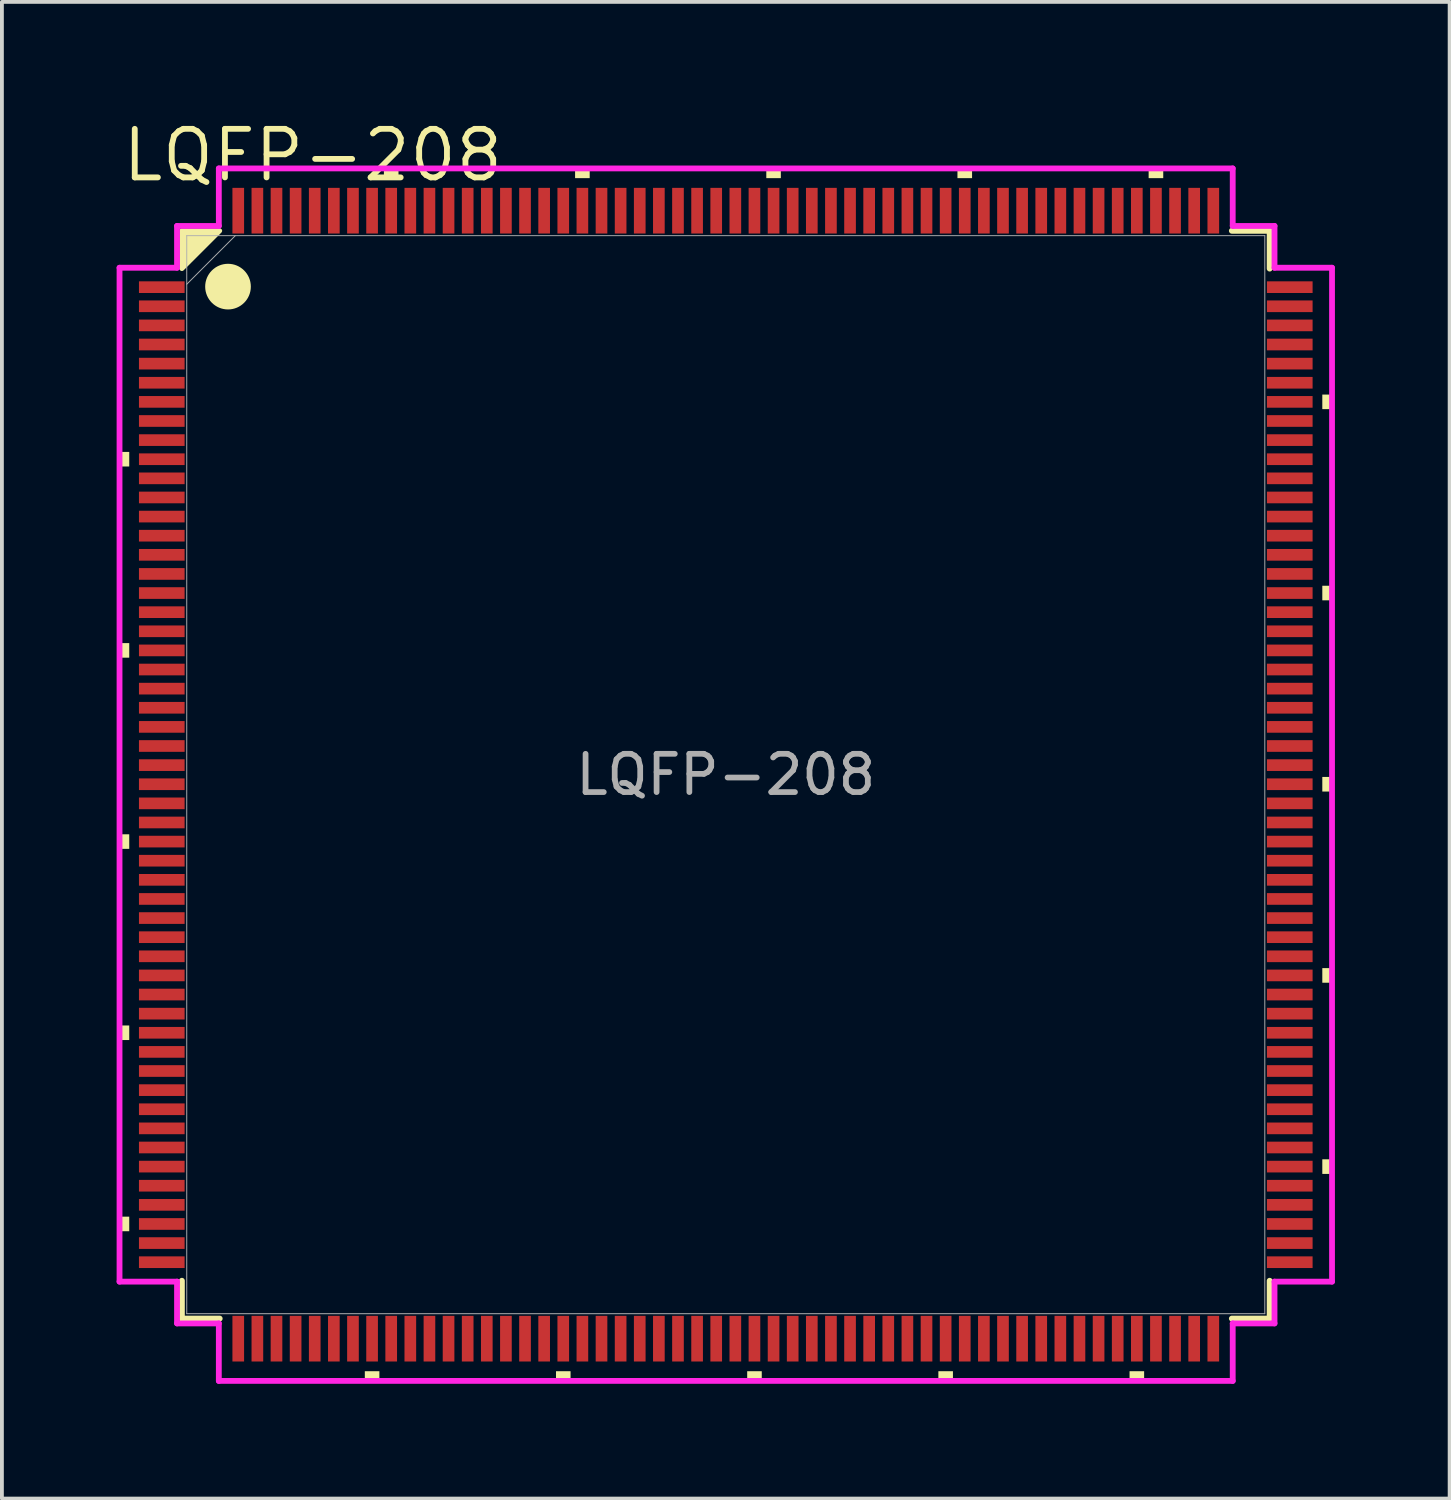
<source format=kicad_pcb>
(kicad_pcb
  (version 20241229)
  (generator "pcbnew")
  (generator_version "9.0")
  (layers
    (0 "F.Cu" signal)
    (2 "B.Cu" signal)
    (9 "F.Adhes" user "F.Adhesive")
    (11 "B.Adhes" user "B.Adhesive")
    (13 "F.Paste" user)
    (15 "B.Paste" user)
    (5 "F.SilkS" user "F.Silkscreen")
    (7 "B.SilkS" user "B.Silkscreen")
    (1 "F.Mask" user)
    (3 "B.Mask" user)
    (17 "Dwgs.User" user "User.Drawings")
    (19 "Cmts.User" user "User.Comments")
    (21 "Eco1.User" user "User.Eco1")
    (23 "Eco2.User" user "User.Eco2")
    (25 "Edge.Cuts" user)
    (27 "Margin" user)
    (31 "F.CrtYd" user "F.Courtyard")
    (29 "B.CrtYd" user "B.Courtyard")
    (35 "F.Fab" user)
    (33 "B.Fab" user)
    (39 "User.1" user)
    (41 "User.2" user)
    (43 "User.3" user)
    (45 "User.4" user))
  (footprint "LQFP-208"
    (layer "F.Cu")
    (at 15.931 17.21)
    (property "Reference" "LQFP-208" (at -10.8 -16.2 0) (unlocked yes) (layer "F.SilkS") (effects (font (size 1.27 1.27) (thickness 0.152))))
    (attr smd)
    (fp_line (start -14.224 13.235) (end -14.224 14.224) (stroke (width 0.152) (type solid)) (layer "F.SilkS"))
    (fp_line (start -14.224 14.224) (end -13.235 14.224) (stroke (width 0.152) (type solid)) (layer "F.SilkS"))
    (fp_line (start 13.235 14.224) (end 14.224 14.224) (stroke (width 0.152) (type solid)) (layer "F.SilkS"))
    (fp_line (start 14.224 -14.224) (end 13.235 -14.224) (stroke (width 0.152) (type solid)) (layer "F.SilkS"))
    (fp_line (start 14.224 -13.235) (end 14.224 -14.224) (stroke (width 0.152) (type solid)) (layer "F.SilkS"))
    (fp_line (start 14.224 14.224) (end 14.224 13.235) (stroke (width 0.152) (type solid)) (layer "F.SilkS"))
    (fp_circle (center -13.018 -12.764) (end -12.471 -12.764) (stroke (width 0.1) (type solid)) (fill yes) (layer "F.SilkS"))
    (fp_poly (pts (xy -13.235 -14.224) (xy -14.224 -13.235) (xy -14.224 -14.224)) (stroke (width 0.127) (type solid)) (fill yes) (layer "F.SilkS"))
    (fp_poly (pts (xy -15.855 -8.441) (xy -15.855 -8.06) (xy -15.601 -8.06) (xy -15.601 -8.441)) (stroke (width 0) (type solid)) (fill yes) (layer "F.SilkS"))
    (fp_poly (pts (xy -15.855 -3.441) (xy -15.855 -3.06) (xy -15.601 -3.06) (xy -15.601 -3.441)) (stroke (width 0) (type solid)) (fill yes) (layer "F.SilkS"))
    (fp_poly (pts (xy -15.855 1.559) (xy -15.855 1.94) (xy -15.601 1.94) (xy -15.601 1.559)) (stroke (width 0) (type solid)) (fill yes) (layer "F.SilkS"))
    (fp_poly (pts (xy -15.855 6.559) (xy -15.855 6.94) (xy -15.601 6.94) (xy -15.601 6.559)) (stroke (width 0) (type solid)) (fill yes) (layer "F.SilkS"))
    (fp_poly (pts (xy -15.855 11.559) (xy -15.855 11.94) (xy -15.601 11.94) (xy -15.601 11.559)) (stroke (width 0) (type solid)) (fill yes) (layer "F.SilkS"))
    (fp_poly (pts (xy -9.44 15.601) (xy -9.44 15.855) (xy -9.059 15.855) (xy -9.059 15.601)) (stroke (width 0) (type solid)) (fill yes) (layer "F.SilkS"))
    (fp_poly (pts (xy -8.941 -15.601) (xy -8.941 -15.855) (xy -8.559 -15.855) (xy -8.559 -15.601)) (stroke (width 0) (type solid)) (fill yes) (layer "F.SilkS"))
    (fp_poly (pts (xy -4.44 15.601) (xy -4.44 15.855) (xy -4.059 15.855) (xy -4.059 15.601)) (stroke (width 0) (type solid)) (fill yes) (layer "F.SilkS"))
    (fp_poly (pts (xy -3.941 -15.601) (xy -3.941 -15.855) (xy -3.559 -15.855) (xy -3.559 -15.601)) (stroke (width 0) (type solid)) (fill yes) (layer "F.SilkS"))
    (fp_poly (pts (xy 0.56 15.601) (xy 0.56 15.855) (xy 0.941 15.855) (xy 0.941 15.601)) (stroke (width 0) (type solid)) (fill yes) (layer "F.SilkS"))
    (fp_poly (pts (xy 1.06 -15.601) (xy 1.06 -15.855) (xy 1.44 -15.855) (xy 1.44 -15.601)) (stroke (width 0) (type solid)) (fill yes) (layer "F.SilkS"))
    (fp_poly (pts (xy 5.56 15.601) (xy 5.56 15.855) (xy 5.941 15.855) (xy 5.941 15.601)) (stroke (width 0) (type solid)) (fill yes) (layer "F.SilkS"))
    (fp_poly (pts (xy 6.059 -15.601) (xy 6.059 -15.855) (xy 6.441 -15.855) (xy 6.441 -15.601)) (stroke (width 0) (type solid)) (fill yes) (layer "F.SilkS"))
    (fp_poly (pts (xy 10.56 15.601) (xy 10.56 15.855) (xy 10.941 15.855) (xy 10.941 15.601)) (stroke (width 0) (type solid)) (fill yes) (layer "F.SilkS"))
    (fp_poly (pts (xy 11.059 -15.601) (xy 11.059 -15.855) (xy 11.441 -15.855) (xy 11.441 -15.601)) (stroke (width 0) (type solid)) (fill yes) (layer "F.SilkS"))
    (fp_poly (pts (xy 15.855 -9.941) (xy 15.855 -9.56) (xy 15.601 -9.56) (xy 15.601 -9.941)) (stroke (width 0) (type solid)) (fill yes) (layer "F.SilkS"))
    (fp_poly (pts (xy 15.855 -4.941) (xy 15.855 -4.56) (xy 15.601 -4.56) (xy 15.601 -4.941)) (stroke (width 0) (type solid)) (fill yes) (layer "F.SilkS"))
    (fp_poly (pts (xy 15.855 0.059) (xy 15.855 0.441) (xy 15.601 0.441) (xy 15.601 0.059)) (stroke (width 0) (type solid)) (fill yes) (layer "F.SilkS"))
    (fp_poly (pts (xy 15.855 5.059) (xy 15.855 5.441) (xy 15.601 5.441) (xy 15.601 5.059)) (stroke (width 0) (type solid)) (fill yes) (layer "F.SilkS"))
    (fp_poly (pts (xy 15.855 10.059) (xy 15.855 10.441) (xy 15.601 10.441) (xy 15.601 10.059)) (stroke (width 0) (type solid)) (fill yes) (layer "F.SilkS"))
    (fp_line (start -15.855 -13.258) (end -14.351 -13.258) (stroke (width 0.152) (type solid)) (layer "F.CrtYd"))
    (fp_line (start -15.855 13.258) (end -15.855 -13.258) (stroke (width 0.152) (type solid)) (layer "F.CrtYd"))
    (fp_line (start -14.351 -14.351) (end -13.258 -14.351) (stroke (width 0.152) (type solid)) (layer "F.CrtYd"))
    (fp_line (start -14.351 -13.258) (end -14.351 -14.351) (stroke (width 0.152) (type solid)) (layer "F.CrtYd"))
    (fp_line (start -14.351 13.258) (end -15.855 13.258) (stroke (width 0.152) (type solid)) (layer "F.CrtYd"))
    (fp_line (start -14.351 14.351) (end -14.351 13.258) (stroke (width 0.152) (type solid)) (layer "F.CrtYd"))
    (fp_line (start -13.258 -15.855) (end 13.258 -15.855) (stroke (width 0.152) (type solid)) (layer "F.CrtYd"))
    (fp_line (start -13.258 -14.351) (end -13.258 -15.855) (stroke (width 0.152) (type solid)) (layer "F.CrtYd"))
    (fp_line (start -13.258 14.351) (end -14.351 14.351) (stroke (width 0.152) (type solid)) (layer "F.CrtYd"))
    (fp_line (start -13.258 15.855) (end -13.258 14.351) (stroke (width 0.152) (type solid)) (layer "F.CrtYd"))
    (fp_line (start 13.258 -15.855) (end 13.258 -14.351) (stroke (width 0.152) (type solid)) (layer "F.CrtYd"))
    (fp_line (start 13.258 -14.351) (end 14.351 -14.351) (stroke (width 0.152) (type solid)) (layer "F.CrtYd"))
    (fp_line (start 13.258 14.351) (end 13.258 15.855) (stroke (width 0.152) (type solid)) (layer "F.CrtYd"))
    (fp_line (start 13.258 15.855) (end -13.258 15.855) (stroke (width 0.152) (type solid)) (layer "F.CrtYd"))
    (fp_line (start 14.351 -14.351) (end 14.351 -13.258) (stroke (width 0.152) (type solid)) (layer "F.CrtYd"))
    (fp_line (start 14.351 -13.258) (end 15.855 -13.258) (stroke (width 0.152) (type solid)) (layer "F.CrtYd"))
    (fp_line (start 14.351 13.258) (end 14.351 14.351) (stroke (width 0.152) (type solid)) (layer "F.CrtYd"))
    (fp_line (start 14.351 14.351) (end 13.258 14.351) (stroke (width 0.152) (type solid)) (layer "F.CrtYd"))
    (fp_line (start 15.855 -13.258) (end 15.855 13.258) (stroke (width 0.152) (type solid)) (layer "F.CrtYd"))
    (fp_line (start 15.855 13.258) (end 14.351 13.258) (stroke (width 0.152) (type solid)) (layer "F.CrtYd"))
    (fp_line (start -14.097 -14.097) (end -14.097 14.097) (stroke (width 0.025) (type solid)) (layer "F.Fab"))
    (fp_line (start -14.097 -12.827) (end -12.827 -14.097) (stroke (width 0.025) (type solid)) (layer "F.Fab"))
    (fp_line (start -14.097 14.097) (end 14.097 14.097) (stroke (width 0.025) (type solid)) (layer "F.Fab"))
    (fp_line (start 14.097 -14.097) (end -14.097 -14.097) (stroke (width 0.025) (type solid)) (layer "F.Fab"))
    (fp_line (start 14.097 14.097) (end 14.097 -14.097) (stroke (width 0.025) (type solid)) (layer "F.Fab"))
    (fp_text user "${REFERENCE}" (at 0 0 0) (unlocked yes) (layer "F.Fab") (effects (font (size 1 1) (thickness 0.15))))
    (pad "1" smd rect (at -14.75 -12.75) (size 1.194 0.305) (layers "F.Cu" "F.Mask" "F.Paste"))
    (pad "2" smd rect (at -14.75 -12.25) (size 1.194 0.305) (layers "F.Cu" "F.Mask" "F.Paste"))
    (pad "3" smd rect (at -14.75 -11.75) (size 1.194 0.305) (layers "F.Cu" "F.Mask" "F.Paste"))
    (pad "4" smd rect (at -14.75 -11.25) (size 1.194 0.305) (layers "F.Cu" "F.Mask" "F.Paste"))
    (pad "5" smd rect (at -14.75 -10.75) (size 1.194 0.305) (layers "F.Cu" "F.Mask" "F.Paste"))
    (pad "6" smd rect (at -14.75 -10.25) (size 1.194 0.305) (layers "F.Cu" "F.Mask" "F.Paste"))
    (pad "7" smd rect (at -14.75 -9.75) (size 1.194 0.305) (layers "F.Cu" "F.Mask" "F.Paste"))
    (pad "8" smd rect (at -14.75 -9.25) (size 1.194 0.305) (layers "F.Cu" "F.Mask" "F.Paste"))
    (pad "9" smd rect (at -14.75 -8.75) (size 1.194 0.305) (layers "F.Cu" "F.Mask" "F.Paste"))
    (pad "10" smd rect (at -14.75 -8.25) (size 1.194 0.305) (layers "F.Cu" "F.Mask" "F.Paste"))
    (pad "11" smd rect (at -14.75 -7.75) (size 1.194 0.305) (layers "F.Cu" "F.Mask" "F.Paste"))
    (pad "12" smd rect (at -14.75 -7.25) (size 1.194 0.305) (layers "F.Cu" "F.Mask" "F.Paste"))
    (pad "13" smd rect (at -14.75 -6.75) (size 1.194 0.305) (layers "F.Cu" "F.Mask" "F.Paste"))
    (pad "14" smd rect (at -14.75 -6.25) (size 1.194 0.305) (layers "F.Cu" "F.Mask" "F.Paste"))
    (pad "15" smd rect (at -14.75 -5.75) (size 1.194 0.305) (layers "F.Cu" "F.Mask" "F.Paste"))
    (pad "16" smd rect (at -14.75 -5.25) (size 1.194 0.305) (layers "F.Cu" "F.Mask" "F.Paste"))
    (pad "17" smd rect (at -14.75 -4.75) (size 1.194 0.305) (layers "F.Cu" "F.Mask" "F.Paste"))
    (pad "18" smd rect (at -14.75 -4.25) (size 1.194 0.305) (layers "F.Cu" "F.Mask" "F.Paste"))
    (pad "19" smd rect (at -14.75 -3.75) (size 1.194 0.305) (layers "F.Cu" "F.Mask" "F.Paste"))
    (pad "20" smd rect (at -14.75 -3.25) (size 1.194 0.305) (layers "F.Cu" "F.Mask" "F.Paste"))
    (pad "21" smd rect (at -14.75 -2.75) (size 1.194 0.305) (layers "F.Cu" "F.Mask" "F.Paste"))
    (pad "22" smd rect (at -14.75 -2.25) (size 1.194 0.305) (layers "F.Cu" "F.Mask" "F.Paste"))
    (pad "23" smd rect (at -14.75 -1.75) (size 1.194 0.305) (layers "F.Cu" "F.Mask" "F.Paste"))
    (pad "24" smd rect (at -14.75 -1.25) (size 1.194 0.305) (layers "F.Cu" "F.Mask" "F.Paste"))
    (pad "25" smd rect (at -14.75 -0.75) (size 1.194 0.305) (layers "F.Cu" "F.Mask" "F.Paste"))
    (pad "26" smd rect (at -14.75 -0.25) (size 1.194 0.305) (layers "F.Cu" "F.Mask" "F.Paste"))
    (pad "27" smd rect (at -14.75 0.25) (size 1.194 0.305) (layers "F.Cu" "F.Mask" "F.Paste"))
    (pad "28" smd rect (at -14.75 0.75) (size 1.194 0.305) (layers "F.Cu" "F.Mask" "F.Paste"))
    (pad "29" smd rect (at -14.75 1.25) (size 1.194 0.305) (layers "F.Cu" "F.Mask" "F.Paste"))
    (pad "30" smd rect (at -14.75 1.75) (size 1.194 0.305) (layers "F.Cu" "F.Mask" "F.Paste"))
    (pad "31" smd rect (at -14.75 2.25) (size 1.194 0.305) (layers "F.Cu" "F.Mask" "F.Paste"))
    (pad "32" smd rect (at -14.75 2.75) (size 1.194 0.305) (layers "F.Cu" "F.Mask" "F.Paste"))
    (pad "33" smd rect (at -14.75 3.25) (size 1.194 0.305) (layers "F.Cu" "F.Mask" "F.Paste"))
    (pad "34" smd rect (at -14.75 3.75) (size 1.194 0.305) (layers "F.Cu" "F.Mask" "F.Paste"))
    (pad "35" smd rect (at -14.75 4.25) (size 1.194 0.305) (layers "F.Cu" "F.Mask" "F.Paste"))
    (pad "36" smd rect (at -14.75 4.75) (size 1.194 0.305) (layers "F.Cu" "F.Mask" "F.Paste"))
    (pad "37" smd rect (at -14.75 5.25) (size 1.194 0.305) (layers "F.Cu" "F.Mask" "F.Paste"))
    (pad "38" smd rect (at -14.75 5.75) (size 1.194 0.305) (layers "F.Cu" "F.Mask" "F.Paste"))
    (pad "39" smd rect (at -14.75 6.25) (size 1.194 0.305) (layers "F.Cu" "F.Mask" "F.Paste"))
    (pad "40" smd rect (at -14.75 6.75) (size 1.194 0.305) (layers "F.Cu" "F.Mask" "F.Paste"))
    (pad "41" smd rect (at -14.75 7.25) (size 1.194 0.305) (layers "F.Cu" "F.Mask" "F.Paste"))
    (pad "42" smd rect (at -14.75 7.75) (size 1.194 0.305) (layers "F.Cu" "F.Mask" "F.Paste"))
    (pad "43" smd rect (at -14.75 8.25) (size 1.194 0.305) (layers "F.Cu" "F.Mask" "F.Paste"))
    (pad "44" smd rect (at -14.75 8.75) (size 1.194 0.305) (layers "F.Cu" "F.Mask" "F.Paste"))
    (pad "45" smd rect (at -14.75 9.25) (size 1.194 0.305) (layers "F.Cu" "F.Mask" "F.Paste"))
    (pad "46" smd rect (at -14.75 9.75) (size 1.194 0.305) (layers "F.Cu" "F.Mask" "F.Paste"))
    (pad "47" smd rect (at -14.75 10.25) (size 1.194 0.305) (layers "F.Cu" "F.Mask" "F.Paste"))
    (pad "48" smd rect (at -14.75 10.75) (size 1.194 0.305) (layers "F.Cu" "F.Mask" "F.Paste"))
    (pad "49" smd rect (at -14.75 11.25) (size 1.194 0.305) (layers "F.Cu" "F.Mask" "F.Paste"))
    (pad "50" smd rect (at -14.75 11.75) (size 1.194 0.305) (layers "F.Cu" "F.Mask" "F.Paste"))
    (pad "51" smd rect (at -14.75 12.25) (size 1.194 0.305) (layers "F.Cu" "F.Mask" "F.Paste"))
    (pad "52" smd rect (at -14.75 12.75) (size 1.194 0.305) (layers "F.Cu" "F.Mask" "F.Paste"))
    (pad "53" smd rect (at -12.75 14.75 90) (size 1.194 0.305) (layers "F.Cu" "F.Mask" "F.Paste"))
    (pad "54" smd rect (at -12.25 14.75 90) (size 1.194 0.305) (layers "F.Cu" "F.Mask" "F.Paste"))
    (pad "55" smd rect (at -11.75 14.75 90) (size 1.194 0.305) (layers "F.Cu" "F.Mask" "F.Paste"))
    (pad "56" smd rect (at -11.25 14.75 90) (size 1.194 0.305) (layers "F.Cu" "F.Mask" "F.Paste"))
    (pad "57" smd rect (at -10.75 14.75 90) (size 1.194 0.305) (layers "F.Cu" "F.Mask" "F.Paste"))
    (pad "58" smd rect (at -10.25 14.75 90) (size 1.194 0.305) (layers "F.Cu" "F.Mask" "F.Paste"))
    (pad "59" smd rect (at -9.75 14.75 90) (size 1.194 0.305) (layers "F.Cu" "F.Mask" "F.Paste"))
    (pad "60" smd rect (at -9.25 14.75 90) (size 1.194 0.305) (layers "F.Cu" "F.Mask" "F.Paste"))
    (pad "61" smd rect (at -8.75 14.75 90) (size 1.194 0.305) (layers "F.Cu" "F.Mask" "F.Paste"))
    (pad "62" smd rect (at -8.25 14.75 90) (size 1.194 0.305) (layers "F.Cu" "F.Mask" "F.Paste"))
    (pad "63" smd rect (at -7.75 14.75 90) (size 1.194 0.305) (layers "F.Cu" "F.Mask" "F.Paste"))
    (pad "64" smd rect (at -7.25 14.75 90) (size 1.194 0.305) (layers "F.Cu" "F.Mask" "F.Paste"))
    (pad "65" smd rect (at -6.75 14.75 90) (size 1.194 0.305) (layers "F.Cu" "F.Mask" "F.Paste"))
    (pad "66" smd rect (at -6.25 14.75 90) (size 1.194 0.305) (layers "F.Cu" "F.Mask" "F.Paste"))
    (pad "67" smd rect (at -5.75 14.75 90) (size 1.194 0.305) (layers "F.Cu" "F.Mask" "F.Paste"))
    (pad "68" smd rect (at -5.25 14.75 90) (size 1.194 0.305) (layers "F.Cu" "F.Mask" "F.Paste"))
    (pad "69" smd rect (at -4.75 14.75 90) (size 1.194 0.305) (layers "F.Cu" "F.Mask" "F.Paste"))
    (pad "70" smd rect (at -4.25 14.75 90) (size 1.194 0.305) (layers "F.Cu" "F.Mask" "F.Paste"))
    (pad "71" smd rect (at -3.75 14.75 90) (size 1.194 0.305) (layers "F.Cu" "F.Mask" "F.Paste"))
    (pad "72" smd rect (at -3.25 14.75 90) (size 1.194 0.305) (layers "F.Cu" "F.Mask" "F.Paste"))
    (pad "73" smd rect (at -2.75 14.75 90) (size 1.194 0.305) (layers "F.Cu" "F.Mask" "F.Paste"))
    (pad "74" smd rect (at -2.25 14.75 90) (size 1.194 0.305) (layers "F.Cu" "F.Mask" "F.Paste"))
    (pad "75" smd rect (at -1.75 14.75 90) (size 1.194 0.305) (layers "F.Cu" "F.Mask" "F.Paste"))
    (pad "76" smd rect (at -1.25 14.75 90) (size 1.194 0.305) (layers "F.Cu" "F.Mask" "F.Paste"))
    (pad "77" smd rect (at -0.75 14.75 90) (size 1.194 0.305) (layers "F.Cu" "F.Mask" "F.Paste"))
    (pad "78" smd rect (at -0.25 14.75 90) (size 1.194 0.305) (layers "F.Cu" "F.Mask" "F.Paste"))
    (pad "79" smd rect (at 0.25 14.75 90) (size 1.194 0.305) (layers "F.Cu" "F.Mask" "F.Paste"))
    (pad "80" smd rect (at 0.75 14.75 90) (size 1.194 0.305) (layers "F.Cu" "F.Mask" "F.Paste"))
    (pad "81" smd rect (at 1.25 14.75 90) (size 1.194 0.305) (layers "F.Cu" "F.Mask" "F.Paste"))
    (pad "82" smd rect (at 1.75 14.75 90) (size 1.194 0.305) (layers "F.Cu" "F.Mask" "F.Paste"))
    (pad "83" smd rect (at 2.25 14.75 90) (size 1.194 0.305) (layers "F.Cu" "F.Mask" "F.Paste"))
    (pad "84" smd rect (at 2.75 14.75 90) (size 1.194 0.305) (layers "F.Cu" "F.Mask" "F.Paste"))
    (pad "85" smd rect (at 3.25 14.75 90) (size 1.194 0.305) (layers "F.Cu" "F.Mask" "F.Paste"))
    (pad "86" smd rect (at 3.75 14.75 90) (size 1.194 0.305) (layers "F.Cu" "F.Mask" "F.Paste"))
    (pad "87" smd rect (at 4.25 14.75 90) (size 1.194 0.305) (layers "F.Cu" "F.Mask" "F.Paste"))
    (pad "88" smd rect (at 4.75 14.75 90) (size 1.194 0.305) (layers "F.Cu" "F.Mask" "F.Paste"))
    (pad "89" smd rect (at 5.25 14.75 90) (size 1.194 0.305) (layers "F.Cu" "F.Mask" "F.Paste"))
    (pad "90" smd rect (at 5.75 14.75 90) (size 1.194 0.305) (layers "F.Cu" "F.Mask" "F.Paste"))
    (pad "91" smd rect (at 6.25 14.75 90) (size 1.194 0.305) (layers "F.Cu" "F.Mask" "F.Paste"))
    (pad "92" smd rect (at 6.75 14.75 90) (size 1.194 0.305) (layers "F.Cu" "F.Mask" "F.Paste"))
    (pad "93" smd rect (at 7.25 14.75 90) (size 1.194 0.305) (layers "F.Cu" "F.Mask" "F.Paste"))
    (pad "94" smd rect (at 7.75 14.75 90) (size 1.194 0.305) (layers "F.Cu" "F.Mask" "F.Paste"))
    (pad "95" smd rect (at 8.25 14.75 90) (size 1.194 0.305) (layers "F.Cu" "F.Mask" "F.Paste"))
    (pad "96" smd rect (at 8.75 14.75 90) (size 1.194 0.305) (layers "F.Cu" "F.Mask" "F.Paste"))
    (pad "97" smd rect (at 9.25 14.75 90) (size 1.194 0.305) (layers "F.Cu" "F.Mask" "F.Paste"))
    (pad "98" smd rect (at 9.75 14.75 90) (size 1.194 0.305) (layers "F.Cu" "F.Mask" "F.Paste"))
    (pad "99" smd rect (at 10.25 14.75 90) (size 1.194 0.305) (layers "F.Cu" "F.Mask" "F.Paste"))
    (pad "100" smd rect (at 10.75 14.75 90) (size 1.194 0.305) (layers "F.Cu" "F.Mask" "F.Paste"))
    (pad "101" smd rect (at 11.25 14.75 90) (size 1.194 0.305) (layers "F.Cu" "F.Mask" "F.Paste"))
    (pad "102" smd rect (at 11.75 14.75 90) (size 1.194 0.305) (layers "F.Cu" "F.Mask" "F.Paste"))
    (pad "103" smd rect (at 12.25 14.75 90) (size 1.194 0.305) (layers "F.Cu" "F.Mask" "F.Paste"))
    (pad "104" smd rect (at 12.75 14.75 90) (size 1.194 0.305) (layers "F.Cu" "F.Mask" "F.Paste"))
    (pad "105" smd rect (at 14.75 12.75) (size 1.194 0.305) (layers "F.Cu" "F.Mask" "F.Paste"))
    (pad "106" smd rect (at 14.75 12.25) (size 1.194 0.305) (layers "F.Cu" "F.Mask" "F.Paste"))
    (pad "107" smd rect (at 14.75 11.75) (size 1.194 0.305) (layers "F.Cu" "F.Mask" "F.Paste"))
    (pad "108" smd rect (at 14.75 11.25) (size 1.194 0.305) (layers "F.Cu" "F.Mask" "F.Paste"))
    (pad "109" smd rect (at 14.75 10.75) (size 1.194 0.305) (layers "F.Cu" "F.Mask" "F.Paste"))
    (pad "110" smd rect (at 14.75 10.25) (size 1.194 0.305) (layers "F.Cu" "F.Mask" "F.Paste"))
    (pad "111" smd rect (at 14.75 9.75) (size 1.194 0.305) (layers "F.Cu" "F.Mask" "F.Paste"))
    (pad "112" smd rect (at 14.75 9.25) (size 1.194 0.305) (layers "F.Cu" "F.Mask" "F.Paste"))
    (pad "113" smd rect (at 14.75 8.75) (size 1.194 0.305) (layers "F.Cu" "F.Mask" "F.Paste"))
    (pad "114" smd rect (at 14.75 8.25) (size 1.194 0.305) (layers "F.Cu" "F.Mask" "F.Paste"))
    (pad "115" smd rect (at 14.75 7.75) (size 1.194 0.305) (layers "F.Cu" "F.Mask" "F.Paste"))
    (pad "116" smd rect (at 14.75 7.25) (size 1.194 0.305) (layers "F.Cu" "F.Mask" "F.Paste"))
    (pad "117" smd rect (at 14.75 6.75) (size 1.194 0.305) (layers "F.Cu" "F.Mask" "F.Paste"))
    (pad "118" smd rect (at 14.75 6.25) (size 1.194 0.305) (layers "F.Cu" "F.Mask" "F.Paste"))
    (pad "119" smd rect (at 14.75 5.75) (size 1.194 0.305) (layers "F.Cu" "F.Mask" "F.Paste"))
    (pad "120" smd rect (at 14.75 5.25) (size 1.194 0.305) (layers "F.Cu" "F.Mask" "F.Paste"))
    (pad "121" smd rect (at 14.75 4.75) (size 1.194 0.305) (layers "F.Cu" "F.Mask" "F.Paste"))
    (pad "122" smd rect (at 14.75 4.25) (size 1.194 0.305) (layers "F.Cu" "F.Mask" "F.Paste"))
    (pad "123" smd rect (at 14.75 3.75) (size 1.194 0.305) (layers "F.Cu" "F.Mask" "F.Paste"))
    (pad "124" smd rect (at 14.75 3.25) (size 1.194 0.305) (layers "F.Cu" "F.Mask" "F.Paste"))
    (pad "125" smd rect (at 14.75 2.75) (size 1.194 0.305) (layers "F.Cu" "F.Mask" "F.Paste"))
    (pad "126" smd rect (at 14.75 2.25) (size 1.194 0.305) (layers "F.Cu" "F.Mask" "F.Paste"))
    (pad "127" smd rect (at 14.75 1.75) (size 1.194 0.305) (layers "F.Cu" "F.Mask" "F.Paste"))
    (pad "128" smd rect (at 14.75 1.25) (size 1.194 0.305) (layers "F.Cu" "F.Mask" "F.Paste"))
    (pad "129" smd rect (at 14.75 0.75) (size 1.194 0.305) (layers "F.Cu" "F.Mask" "F.Paste"))
    (pad "130" smd rect (at 14.75 0.25) (size 1.194 0.305) (layers "F.Cu" "F.Mask" "F.Paste"))
    (pad "131" smd rect (at 14.75 -0.25) (size 1.194 0.305) (layers "F.Cu" "F.Mask" "F.Paste"))
    (pad "132" smd rect (at 14.75 -0.75) (size 1.194 0.305) (layers "F.Cu" "F.Mask" "F.Paste"))
    (pad "133" smd rect (at 14.75 -1.25) (size 1.194 0.305) (layers "F.Cu" "F.Mask" "F.Paste"))
    (pad "134" smd rect (at 14.75 -1.75) (size 1.194 0.305) (layers "F.Cu" "F.Mask" "F.Paste"))
    (pad "135" smd rect (at 14.75 -2.25) (size 1.194 0.305) (layers "F.Cu" "F.Mask" "F.Paste"))
    (pad "136" smd rect (at 14.75 -2.75) (size 1.194 0.305) (layers "F.Cu" "F.Mask" "F.Paste"))
    (pad "137" smd rect (at 14.75 -3.25) (size 1.194 0.305) (layers "F.Cu" "F.Mask" "F.Paste"))
    (pad "138" smd rect (at 14.75 -3.75) (size 1.194 0.305) (layers "F.Cu" "F.Mask" "F.Paste"))
    (pad "139" smd rect (at 14.75 -4.25) (size 1.194 0.305) (layers "F.Cu" "F.Mask" "F.Paste"))
    (pad "140" smd rect (at 14.75 -4.75) (size 1.194 0.305) (layers "F.Cu" "F.Mask" "F.Paste"))
    (pad "141" smd rect (at 14.75 -5.25) (size 1.194 0.305) (layers "F.Cu" "F.Mask" "F.Paste"))
    (pad "142" smd rect (at 14.75 -5.75) (size 1.194 0.305) (layers "F.Cu" "F.Mask" "F.Paste"))
    (pad "143" smd rect (at 14.75 -6.25) (size 1.194 0.305) (layers "F.Cu" "F.Mask" "F.Paste"))
    (pad "144" smd rect (at 14.75 -6.75) (size 1.194 0.305) (layers "F.Cu" "F.Mask" "F.Paste"))
    (pad "145" smd rect (at 14.75 -7.25) (size 1.194 0.305) (layers "F.Cu" "F.Mask" "F.Paste"))
    (pad "146" smd rect (at 14.75 -7.75) (size 1.194 0.305) (layers "F.Cu" "F.Mask" "F.Paste"))
    (pad "147" smd rect (at 14.75 -8.25) (size 1.194 0.305) (layers "F.Cu" "F.Mask" "F.Paste"))
    (pad "148" smd rect (at 14.75 -8.75) (size 1.194 0.305) (layers "F.Cu" "F.Mask" "F.Paste"))
    (pad "149" smd rect (at 14.75 -9.25) (size 1.194 0.305) (layers "F.Cu" "F.Mask" "F.Paste"))
    (pad "150" smd rect (at 14.75 -9.75) (size 1.194 0.305) (layers "F.Cu" "F.Mask" "F.Paste"))
    (pad "151" smd rect (at 14.75 -10.25) (size 1.194 0.305) (layers "F.Cu" "F.Mask" "F.Paste"))
    (pad "152" smd rect (at 14.75 -10.75) (size 1.194 0.305) (layers "F.Cu" "F.Mask" "F.Paste"))
    (pad "153" smd rect (at 14.75 -11.25) (size 1.194 0.305) (layers "F.Cu" "F.Mask" "F.Paste"))
    (pad "154" smd rect (at 14.75 -11.75) (size 1.194 0.305) (layers "F.Cu" "F.Mask" "F.Paste"))
    (pad "155" smd rect (at 14.75 -12.25) (size 1.194 0.305) (layers "F.Cu" "F.Mask" "F.Paste"))
    (pad "156" smd rect (at 14.75 -12.75) (size 1.194 0.305) (layers "F.Cu" "F.Mask" "F.Paste"))
    (pad "157" smd rect (at 12.75 -14.75 90) (size 1.194 0.305) (layers "F.Cu" "F.Mask" "F.Paste"))
    (pad "158" smd rect (at 12.25 -14.75 90) (size 1.194 0.305) (layers "F.Cu" "F.Mask" "F.Paste"))
    (pad "159" smd rect (at 11.75 -14.75 90) (size 1.194 0.305) (layers "F.Cu" "F.Mask" "F.Paste"))
    (pad "160" smd rect (at 11.25 -14.75 90) (size 1.194 0.305) (layers "F.Cu" "F.Mask" "F.Paste"))
    (pad "161" smd rect (at 10.75 -14.75 90) (size 1.194 0.305) (layers "F.Cu" "F.Mask" "F.Paste"))
    (pad "162" smd rect (at 10.25 -14.75 90) (size 1.194 0.305) (layers "F.Cu" "F.Mask" "F.Paste"))
    (pad "163" smd rect (at 9.75 -14.75 90) (size 1.194 0.305) (layers "F.Cu" "F.Mask" "F.Paste"))
    (pad "164" smd rect (at 9.25 -14.75 90) (size 1.194 0.305) (layers "F.Cu" "F.Mask" "F.Paste"))
    (pad "165" smd rect (at 8.75 -14.75 90) (size 1.194 0.305) (layers "F.Cu" "F.Mask" "F.Paste"))
    (pad "166" smd rect (at 8.25 -14.75 90) (size 1.194 0.305) (layers "F.Cu" "F.Mask" "F.Paste"))
    (pad "167" smd rect (at 7.75 -14.75 90) (size 1.194 0.305) (layers "F.Cu" "F.Mask" "F.Paste"))
    (pad "168" smd rect (at 7.25 -14.75 90) (size 1.194 0.305) (layers "F.Cu" "F.Mask" "F.Paste"))
    (pad "169" smd rect (at 6.75 -14.75 90) (size 1.194 0.305) (layers "F.Cu" "F.Mask" "F.Paste"))
    (pad "170" smd rect (at 6.25 -14.75 90) (size 1.194 0.305) (layers "F.Cu" "F.Mask" "F.Paste"))
    (pad "171" smd rect (at 5.75 -14.75 90) (size 1.194 0.305) (layers "F.Cu" "F.Mask" "F.Paste"))
    (pad "172" smd rect (at 5.25 -14.75 90) (size 1.194 0.305) (layers "F.Cu" "F.Mask" "F.Paste"))
    (pad "173" smd rect (at 4.75 -14.75 90) (size 1.194 0.305) (layers "F.Cu" "F.Mask" "F.Paste"))
    (pad "174" smd rect (at 4.25 -14.75 90) (size 1.194 0.305) (layers "F.Cu" "F.Mask" "F.Paste"))
    (pad "175" smd rect (at 3.75 -14.75 90) (size 1.194 0.305) (layers "F.Cu" "F.Mask" "F.Paste"))
    (pad "176" smd rect (at 3.25 -14.75 90) (size 1.194 0.305) (layers "F.Cu" "F.Mask" "F.Paste"))
    (pad "177" smd rect (at 2.75 -14.75 90) (size 1.194 0.305) (layers "F.Cu" "F.Mask" "F.Paste"))
    (pad "178" smd rect (at 2.25 -14.75 90) (size 1.194 0.305) (layers "F.Cu" "F.Mask" "F.Paste"))
    (pad "179" smd rect (at 1.75 -14.75 90) (size 1.194 0.305) (layers "F.Cu" "F.Mask" "F.Paste"))
    (pad "180" smd rect (at 1.25 -14.75 90) (size 1.194 0.305) (layers "F.Cu" "F.Mask" "F.Paste"))
    (pad "181" smd rect (at 0.75 -14.75 90) (size 1.194 0.305) (layers "F.Cu" "F.Mask" "F.Paste"))
    (pad "182" smd rect (at 0.25 -14.75 90) (size 1.194 0.305) (layers "F.Cu" "F.Mask" "F.Paste"))
    (pad "183" smd rect (at -0.25 -14.75 90) (size 1.194 0.305) (layers "F.Cu" "F.Mask" "F.Paste"))
    (pad "184" smd rect (at -0.75 -14.75 90) (size 1.194 0.305) (layers "F.Cu" "F.Mask" "F.Paste"))
    (pad "185" smd rect (at -1.25 -14.75 90) (size 1.194 0.305) (layers "F.Cu" "F.Mask" "F.Paste"))
    (pad "186" smd rect (at -1.75 -14.75 90) (size 1.194 0.305) (layers "F.Cu" "F.Mask" "F.Paste"))
    (pad "187" smd rect (at -2.25 -14.75 90) (size 1.194 0.305) (layers "F.Cu" "F.Mask" "F.Paste"))
    (pad "188" smd rect (at -2.75 -14.75 90) (size 1.194 0.305) (layers "F.Cu" "F.Mask" "F.Paste"))
    (pad "189" smd rect (at -3.25 -14.75 90) (size 1.194 0.305) (layers "F.Cu" "F.Mask" "F.Paste"))
    (pad "190" smd rect (at -3.75 -14.75 90) (size 1.194 0.305) (layers "F.Cu" "F.Mask" "F.Paste"))
    (pad "191" smd rect (at -4.25 -14.75 90) (size 1.194 0.305) (layers "F.Cu" "F.Mask" "F.Paste"))
    (pad "192" smd rect (at -4.75 -14.75 90) (size 1.194 0.305) (layers "F.Cu" "F.Mask" "F.Paste"))
    (pad "193" smd rect (at -5.25 -14.75 90) (size 1.194 0.305) (layers "F.Cu" "F.Mask" "F.Paste"))
    (pad "194" smd rect (at -5.75 -14.75 90) (size 1.194 0.305) (layers "F.Cu" "F.Mask" "F.Paste"))
    (pad "195" smd rect (at -6.25 -14.75 90) (size 1.194 0.305) (layers "F.Cu" "F.Mask" "F.Paste"))
    (pad "196" smd rect (at -6.75 -14.75 90) (size 1.194 0.305) (layers "F.Cu" "F.Mask" "F.Paste"))
    (pad "197" smd rect (at -7.25 -14.75 90) (size 1.194 0.305) (layers "F.Cu" "F.Mask" "F.Paste"))
    (pad "198" smd rect (at -7.75 -14.75 90) (size 1.194 0.305) (layers "F.Cu" "F.Mask" "F.Paste"))
    (pad "199" smd rect (at -8.25 -14.75 90) (size 1.194 0.305) (layers "F.Cu" "F.Mask" "F.Paste"))
    (pad "200" smd rect (at -8.75 -14.75 90) (size 1.194 0.305) (layers "F.Cu" "F.Mask" "F.Paste"))
    (pad "201" smd rect (at -9.25 -14.75 90) (size 1.194 0.305) (layers "F.Cu" "F.Mask" "F.Paste"))
    (pad "202" smd rect (at -9.75 -14.75 90) (size 1.194 0.305) (layers "F.Cu" "F.Mask" "F.Paste"))
    (pad "203" smd rect (at -10.25 -14.75 90) (size 1.194 0.305) (layers "F.Cu" "F.Mask" "F.Paste"))
    (pad "204" smd rect (at -10.75 -14.75 90) (size 1.194 0.305) (layers "F.Cu" "F.Mask" "F.Paste"))
    (pad "205" smd rect (at -11.25 -14.75 90) (size 1.194 0.305) (layers "F.Cu" "F.Mask" "F.Paste"))
    (pad "206" smd rect (at -11.75 -14.75 90) (size 1.194 0.305) (layers "F.Cu" "F.Mask" "F.Paste"))
    (pad "207" smd rect (at -12.25 -14.75 90) (size 1.194 0.305) (layers "F.Cu" "F.Mask" "F.Paste"))
    (pad "208" smd rect (at -12.75 -14.75 90) (size 1.194 0.305) (layers "F.Cu" "F.Mask" "F.Paste")))
  (gr_rect
    (start -3 -3)
    (end 34.862 36.142)
    (stroke (width 0.1) (type default))
    (fill no)
    (layer "Edge.Cuts")))
</source>
